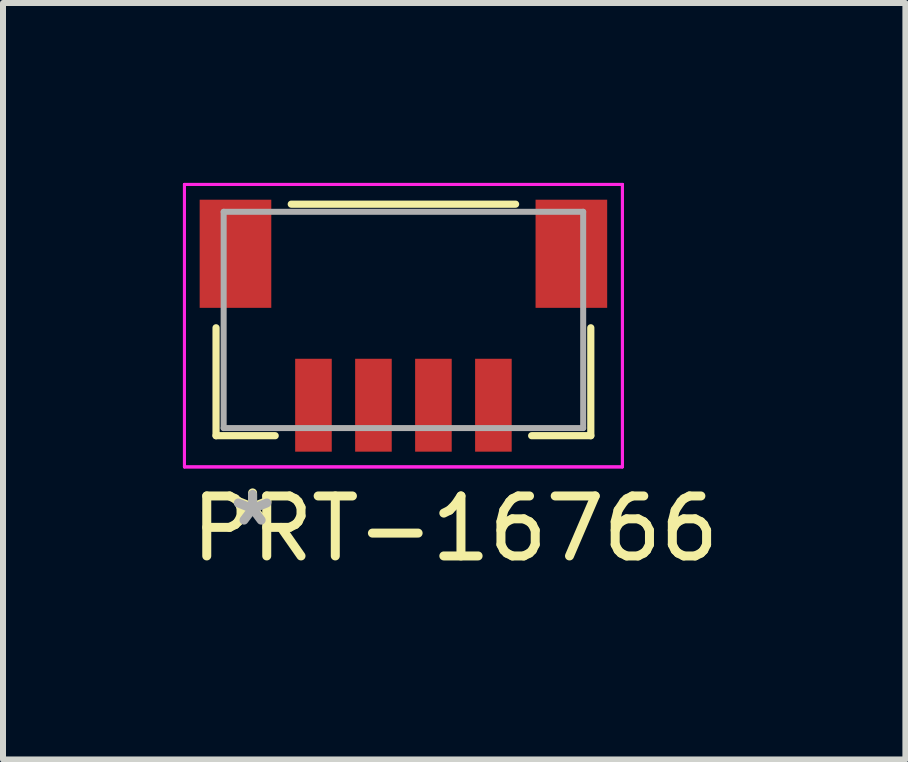
<source format=kicad_pcb>
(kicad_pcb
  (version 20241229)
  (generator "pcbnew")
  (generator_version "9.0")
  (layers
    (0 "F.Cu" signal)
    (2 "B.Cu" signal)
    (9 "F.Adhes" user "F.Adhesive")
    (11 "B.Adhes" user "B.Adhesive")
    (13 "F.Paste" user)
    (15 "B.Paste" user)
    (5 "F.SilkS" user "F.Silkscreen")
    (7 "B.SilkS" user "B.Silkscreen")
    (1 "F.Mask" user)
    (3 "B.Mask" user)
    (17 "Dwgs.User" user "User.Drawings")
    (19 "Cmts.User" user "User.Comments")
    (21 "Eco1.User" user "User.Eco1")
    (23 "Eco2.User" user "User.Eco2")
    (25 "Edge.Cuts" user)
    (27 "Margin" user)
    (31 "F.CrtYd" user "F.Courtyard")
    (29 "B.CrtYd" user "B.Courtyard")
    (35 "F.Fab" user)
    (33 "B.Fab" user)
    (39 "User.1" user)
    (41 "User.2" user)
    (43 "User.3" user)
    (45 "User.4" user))
  (footprint "PRT-16766"
    (layer "F.Cu")
    (at 3.676 2.284)
    (property "Reference" "PRT-16766" (at 0.864 3.48 0) (layer "F.SilkS") (effects (font (size 1 1) (thickness 0.15))))
    (attr through_hole)
    (fp_line (start -3.124 0.131) (end -3.124 1.93) (stroke (width 0.12) (type solid)) (layer "F.SilkS"))
    (fp_line (start -3.124 1.93) (end -2.138 1.93) (stroke (width 0.12) (type solid)) (layer "F.SilkS"))
    (fp_line (start 1.87 -1.93) (end -1.87 -1.93) (stroke (width 0.12) (type solid)) (layer "F.SilkS"))
    (fp_line (start 2.138 1.93) (end 3.124 1.93) (stroke (width 0.12) (type solid)) (layer "F.SilkS"))
    (fp_line (start 3.124 1.93) (end 3.124 0.131) (stroke (width 0.12) (type solid)) (layer "F.SilkS"))
    (fp_line (start -3.651 -2.259) (end -3.651 2.45) (stroke (width 0.05) (type solid)) (layer "F.CrtYd"))
    (fp_line (start -3.651 -2.259) (end -3.651 2.45) (stroke (width 0.05) (type solid)) (layer "F.CrtYd"))
    (fp_line (start -3.651 2.45) (end 3.651 2.45) (stroke (width 0.05) (type solid)) (layer "F.CrtYd"))
    (fp_line (start -3.651 2.45) (end 3.651 2.45) (stroke (width 0.05) (type solid)) (layer "F.CrtYd"))
    (fp_line (start 3.651 -2.259) (end -3.651 -2.259) (stroke (width 0.05) (type solid)) (layer "F.CrtYd"))
    (fp_line (start 3.651 -2.259) (end -3.651 -2.259) (stroke (width 0.05) (type solid)) (layer "F.CrtYd"))
    (fp_line (start 3.651 2.45) (end 3.651 -2.259) (stroke (width 0.05) (type solid)) (layer "F.CrtYd"))
    (fp_line (start 3.651 2.45) (end 3.651 -2.259) (stroke (width 0.05) (type solid)) (layer "F.CrtYd"))
    (fp_line (start -2.997 -1.803) (end -2.997 1.803) (stroke (width 0.1) (type solid)) (layer "F.Fab"))
    (fp_line (start -2.997 1.803) (end 2.997 1.803) (stroke (width 0.1) (type solid)) (layer "F.Fab"))
    (fp_line (start 2.997 -1.803) (end -2.997 -1.803) (stroke (width 0.1) (type solid)) (layer "F.Fab"))
    (fp_line (start 2.997 1.803) (end 2.997 -1.803) (stroke (width 0.1) (type solid)) (layer "F.Fab"))
    (fp_text user "*" (at -2.515 3.429 0) (layer "F.SilkS") (effects (font (size 1 1) (thickness 0.15))))
    (fp_text user "*" (at -2.515 3.454 0) (layer "F.Fab") (effects (font (size 1 1) (thickness 0.15))))
    (pad "1" smd rect (at -1.5 1.422) (size 0.61 1.549) (layers "F.Cu" "F.Mask" "F.Paste"))
    (pad "2" smd rect (at -0.5 1.422) (size 0.61 1.549) (layers "F.Cu" "F.Mask" "F.Paste"))
    (pad "3" smd rect (at 0.5 1.422) (size 0.61 1.549) (layers "F.Cu" "F.Mask" "F.Paste"))
    (pad "4" smd rect (at 1.5 1.422) (size 0.61 1.549) (layers "F.Cu" "F.Mask" "F.Paste"))
    (pad "5" smd rect (at -2.8 -1.103) (size 1.194 1.803) (layers "F.Cu" "F.Mask" "F.Paste"))
    (pad "6" smd rect (at 2.8 -1.103) (size 1.194 1.803) (layers "F.Cu" "F.Mask" "F.Paste")))
  (gr_rect
    (start -3 -3)
    (end 12.045 9.612)
    (stroke (width 0.1) (type default))
    (fill no)
    (layer "Edge.Cuts")))
</source>
